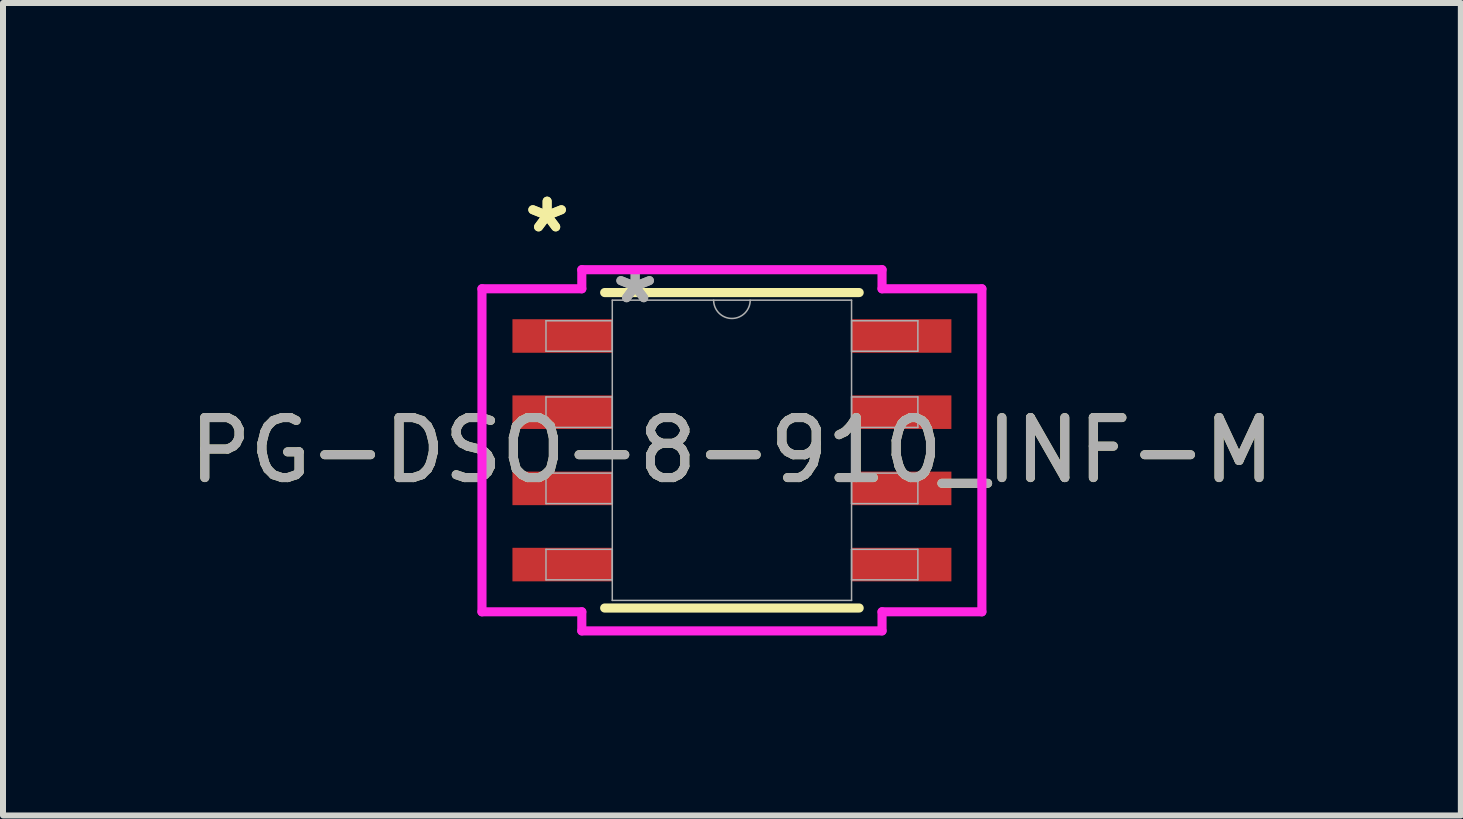
<source format=kicad_pcb>
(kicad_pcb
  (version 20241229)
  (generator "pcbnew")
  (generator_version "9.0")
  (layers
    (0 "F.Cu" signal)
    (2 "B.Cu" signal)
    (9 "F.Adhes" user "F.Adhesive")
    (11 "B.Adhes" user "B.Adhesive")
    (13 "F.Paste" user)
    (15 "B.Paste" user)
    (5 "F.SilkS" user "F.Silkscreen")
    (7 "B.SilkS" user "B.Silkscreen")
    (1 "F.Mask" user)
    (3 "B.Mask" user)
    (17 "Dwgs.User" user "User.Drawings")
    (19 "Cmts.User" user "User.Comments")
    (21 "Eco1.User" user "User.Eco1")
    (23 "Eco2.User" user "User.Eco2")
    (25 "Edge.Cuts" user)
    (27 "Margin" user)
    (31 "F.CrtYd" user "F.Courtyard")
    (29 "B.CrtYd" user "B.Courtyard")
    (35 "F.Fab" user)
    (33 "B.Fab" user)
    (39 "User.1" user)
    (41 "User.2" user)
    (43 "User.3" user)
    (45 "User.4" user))
  (footprint "PG-DSO-8-910_INF-M"
    (layer "F.Cu")
    (at 9.149 4.455)
    (property "Reference" "PG-DSO-8-910_INF-M" (at 0 0 0) (unlocked yes) (layer "F.SilkS") (effects (font (size 1 1) (thickness 0.15))))
    (attr smd)
    (fp_line (start -2.121 2.629) (end 2.121 2.629) (stroke (width 0.152) (type solid)) (layer "F.SilkS"))
    (fp_line (start 2.121 -2.629) (end -2.121 -2.629) (stroke (width 0.152) (type solid)) (layer "F.SilkS"))
    (fp_line (start -4.166 -2.692) (end -2.502 -2.692) (stroke (width 0.152) (type solid)) (layer "F.CrtYd"))
    (fp_line (start -4.166 2.692) (end -4.166 -2.692) (stroke (width 0.152) (type solid)) (layer "F.CrtYd"))
    (fp_line (start -4.166 2.692) (end -2.502 2.692) (stroke (width 0.152) (type solid)) (layer "F.CrtYd"))
    (fp_line (start -2.502 -3.01) (end 2.502 -3.01) (stroke (width 0.152) (type solid)) (layer "F.CrtYd"))
    (fp_line (start -2.502 -2.692) (end -2.502 -3.01) (stroke (width 0.152) (type solid)) (layer "F.CrtYd"))
    (fp_line (start -2.502 3.01) (end -2.502 2.692) (stroke (width 0.152) (type solid)) (layer "F.CrtYd"))
    (fp_line (start 2.502 -3.01) (end 2.502 -2.692) (stroke (width 0.152) (type solid)) (layer "F.CrtYd"))
    (fp_line (start 2.502 2.692) (end 2.502 3.01) (stroke (width 0.152) (type solid)) (layer "F.CrtYd"))
    (fp_line (start 2.502 3.01) (end -2.502 3.01) (stroke (width 0.152) (type solid)) (layer "F.CrtYd"))
    (fp_line (start 4.166 -2.692) (end 2.502 -2.692) (stroke (width 0.152) (type solid)) (layer "F.CrtYd"))
    (fp_line (start 4.166 -2.692) (end 4.166 2.692) (stroke (width 0.152) (type solid)) (layer "F.CrtYd"))
    (fp_line (start 4.166 2.692) (end 2.502 2.692) (stroke (width 0.152) (type solid)) (layer "F.CrtYd"))
    (fp_line (start -3.099 -2.159) (end -3.099 -1.651) (stroke (width 0.025) (type solid)) (layer "F.Fab"))
    (fp_line (start -3.099 -1.651) (end -1.994 -1.651) (stroke (width 0.025) (type solid)) (layer "F.Fab"))
    (fp_line (start -3.099 -0.889) (end -3.099 -0.381) (stroke (width 0.025) (type solid)) (layer "F.Fab"))
    (fp_line (start -3.099 -0.381) (end -1.994 -0.381) (stroke (width 0.025) (type solid)) (layer "F.Fab"))
    (fp_line (start -3.099 0.381) (end -3.099 0.889) (stroke (width 0.025) (type solid)) (layer "F.Fab"))
    (fp_line (start -3.099 0.889) (end -1.994 0.889) (stroke (width 0.025) (type solid)) (layer "F.Fab"))
    (fp_line (start -3.099 1.651) (end -3.099 2.159) (stroke (width 0.025) (type solid)) (layer "F.Fab"))
    (fp_line (start -3.099 2.159) (end -1.994 2.159) (stroke (width 0.025) (type solid)) (layer "F.Fab"))
    (fp_line (start -1.994 -2.502) (end -1.994 2.502) (stroke (width 0.025) (type solid)) (layer "F.Fab"))
    (fp_line (start -1.994 -2.159) (end -3.099 -2.159) (stroke (width 0.025) (type solid)) (layer "F.Fab"))
    (fp_line (start -1.994 -1.651) (end -1.994 -2.159) (stroke (width 0.025) (type solid)) (layer "F.Fab"))
    (fp_line (start -1.994 -0.889) (end -3.099 -0.889) (stroke (width 0.025) (type solid)) (layer "F.Fab"))
    (fp_line (start -1.994 -0.381) (end -1.994 -0.889) (stroke (width 0.025) (type solid)) (layer "F.Fab"))
    (fp_line (start -1.994 0.381) (end -3.099 0.381) (stroke (width 0.025) (type solid)) (layer "F.Fab"))
    (fp_line (start -1.994 0.889) (end -1.994 0.381) (stroke (width 0.025) (type solid)) (layer "F.Fab"))
    (fp_line (start -1.994 1.651) (end -3.099 1.651) (stroke (width 0.025) (type solid)) (layer "F.Fab"))
    (fp_line (start -1.994 2.159) (end -1.994 1.651) (stroke (width 0.025) (type solid)) (layer "F.Fab"))
    (fp_line (start -1.994 2.502) (end 1.994 2.502) (stroke (width 0.025) (type solid)) (layer "F.Fab"))
    (fp_line (start 1.994 -2.502) (end -1.994 -2.502) (stroke (width 0.025) (type solid)) (layer "F.Fab"))
    (fp_line (start 1.994 -2.159) (end 1.994 -1.651) (stroke (width 0.025) (type solid)) (layer "F.Fab"))
    (fp_line (start 1.994 -1.651) (end 3.099 -1.651) (stroke (width 0.025) (type solid)) (layer "F.Fab"))
    (fp_line (start 1.994 -0.889) (end 1.994 -0.381) (stroke (width 0.025) (type solid)) (layer "F.Fab"))
    (fp_line (start 1.994 -0.381) (end 3.099 -0.381) (stroke (width 0.025) (type solid)) (layer "F.Fab"))
    (fp_line (start 1.994 0.381) (end 1.994 0.889) (stroke (width 0.025) (type solid)) (layer "F.Fab"))
    (fp_line (start 1.994 0.889) (end 3.099 0.889) (stroke (width 0.025) (type solid)) (layer "F.Fab"))
    (fp_line (start 1.994 1.651) (end 1.994 2.159) (stroke (width 0.025) (type solid)) (layer "F.Fab"))
    (fp_line (start 1.994 2.159) (end 3.099 2.159) (stroke (width 0.025) (type solid)) (layer "F.Fab"))
    (fp_line (start 1.994 2.502) (end 1.994 -2.502) (stroke (width 0.025) (type solid)) (layer "F.Fab"))
    (fp_line (start 3.099 -2.159) (end 1.994 -2.159) (stroke (width 0.025) (type solid)) (layer "F.Fab"))
    (fp_line (start 3.099 -1.651) (end 3.099 -2.159) (stroke (width 0.025) (type solid)) (layer "F.Fab"))
    (fp_line (start 3.099 -0.889) (end 1.994 -0.889) (stroke (width 0.025) (type solid)) (layer "F.Fab"))
    (fp_line (start 3.099 -0.381) (end 3.099 -0.889) (stroke (width 0.025) (type solid)) (layer "F.Fab"))
    (fp_line (start 3.099 0.381) (end 1.994 0.381) (stroke (width 0.025) (type solid)) (layer "F.Fab"))
    (fp_line (start 3.099 0.889) (end 3.099 0.381) (stroke (width 0.025) (type solid)) (layer "F.Fab"))
    (fp_line (start 3.099 1.651) (end 1.994 1.651) (stroke (width 0.025) (type solid)) (layer "F.Fab"))
    (fp_line (start 3.099 2.159) (end 3.099 1.651) (stroke (width 0.025) (type solid)) (layer "F.Fab"))
    (fp_arc (start 0.3048 -2.5019) (mid 0 -2.1971) (end -0.3048 -2.5019) (stroke (width 0.0254) (type solid)) (layer "F.Fab"))
    (fp_text user "*" (at -3.08 -3.607 0) (unlocked yes) (layer "F.SilkS") (effects (font (size 1 1) (thickness 0.15))))
    (fp_text user "*" (at -3.08 -3.607 0) (layer "F.SilkS") (effects (font (size 1 1) (thickness 0.15))))
    (fp_text user "${REFERENCE}" (at 0 0 0) (unlocked yes) (layer "F.Fab") (effects (font (size 1 1) (thickness 0.15))))
    (fp_text user "*" (at -1.613 -2.426 0) (unlocked yes) (layer "F.Fab") (effects (font (size 1 1) (thickness 0.15))))
    (fp_text user "*" (at -1.613 -2.426 0) (layer "F.Fab") (effects (font (size 1 1) (thickness 0.15))))
    (pad "1" smd rect (at -2.826 -1.905) (size 1.664 0.559) (layers "F.Cu" "F.Mask" "F.Paste"))
    (pad "2" smd rect (at -2.826 -0.635) (size 1.664 0.559) (layers "F.Cu" "F.Mask" "F.Paste"))
    (pad "3" smd rect (at -2.826 0.635) (size 1.664 0.559) (layers "F.Cu" "F.Mask" "F.Paste"))
    (pad "4" smd rect (at -2.826 1.905) (size 1.664 0.559) (layers "F.Cu" "F.Mask" "F.Paste"))
    (pad "5" smd rect (at 2.826 1.905) (size 1.664 0.559) (layers "F.Cu" "F.Mask" "F.Paste"))
    (pad "6" smd rect (at 2.826 0.635) (size 1.664 0.559) (layers "F.Cu" "F.Mask" "F.Paste"))
    (pad "7" smd rect (at 2.826 -0.635) (size 1.664 0.559) (layers "F.Cu" "F.Mask" "F.Paste"))
    (pad "8" smd rect (at 2.826 -1.905) (size 1.664 0.559) (layers "F.Cu" "F.Mask" "F.Paste")))
  (gr_rect
    (start -3 -3)
    (end 21.298 10.541)
    (stroke (width 0.1) (type default))
    (fill no)
    (layer "Edge.Cuts")))
</source>
